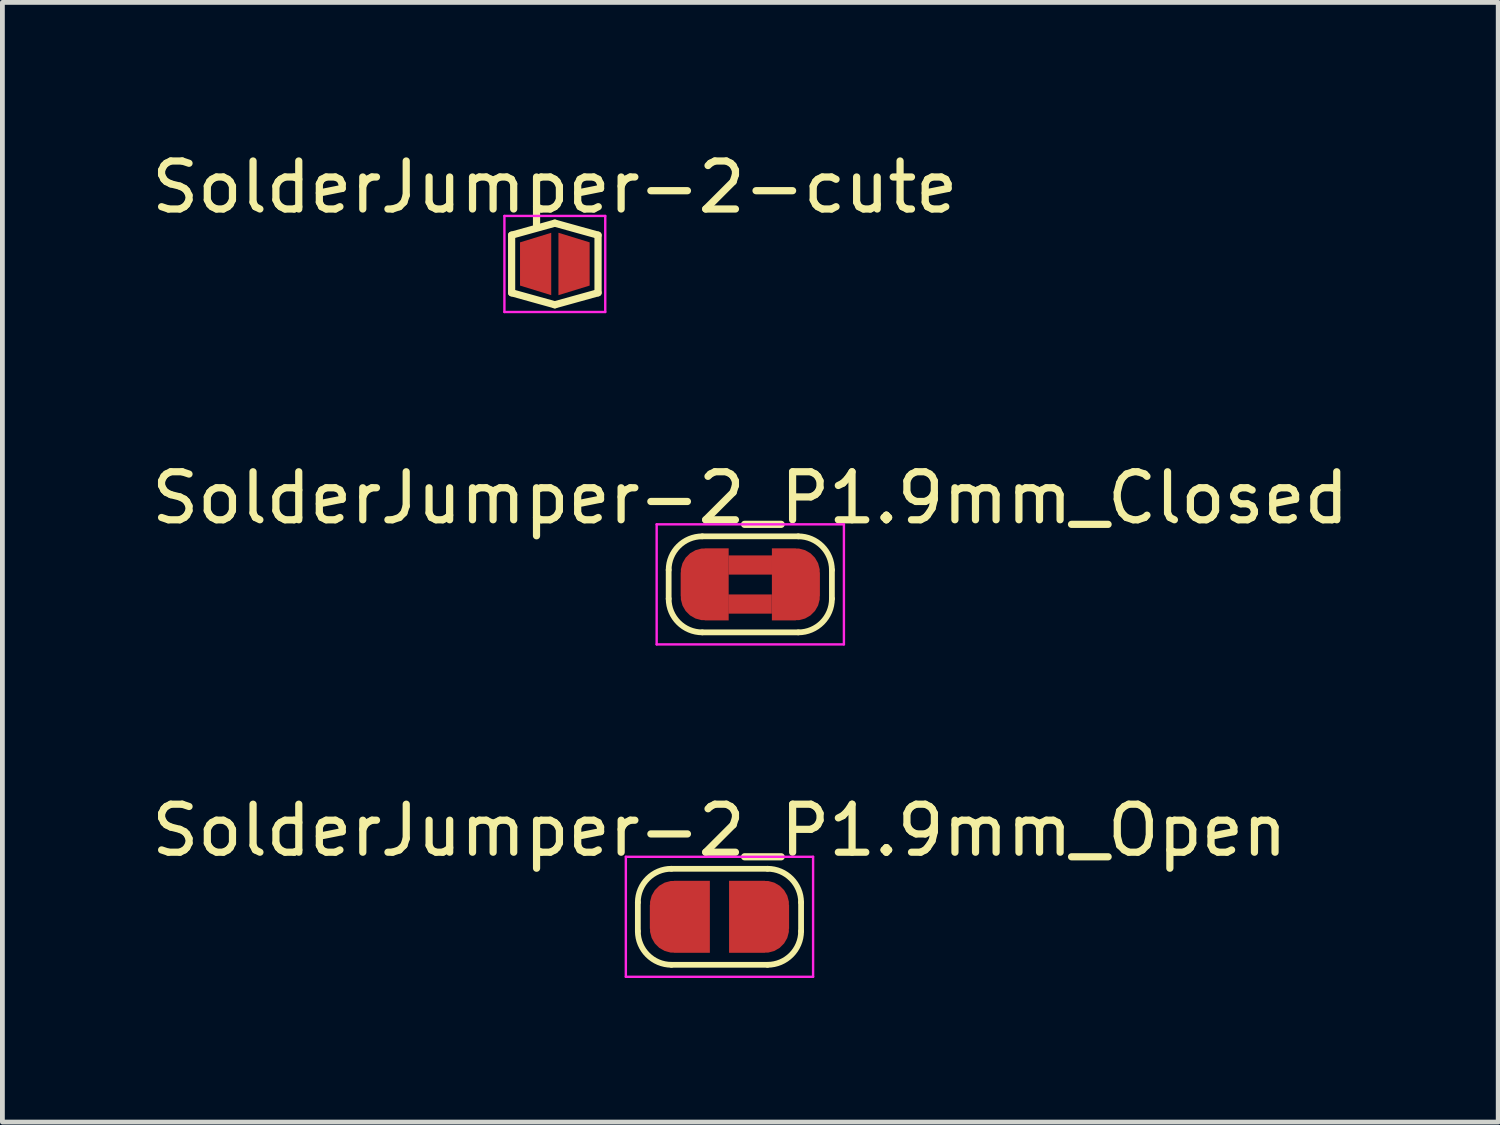
<source format=kicad_pcb>
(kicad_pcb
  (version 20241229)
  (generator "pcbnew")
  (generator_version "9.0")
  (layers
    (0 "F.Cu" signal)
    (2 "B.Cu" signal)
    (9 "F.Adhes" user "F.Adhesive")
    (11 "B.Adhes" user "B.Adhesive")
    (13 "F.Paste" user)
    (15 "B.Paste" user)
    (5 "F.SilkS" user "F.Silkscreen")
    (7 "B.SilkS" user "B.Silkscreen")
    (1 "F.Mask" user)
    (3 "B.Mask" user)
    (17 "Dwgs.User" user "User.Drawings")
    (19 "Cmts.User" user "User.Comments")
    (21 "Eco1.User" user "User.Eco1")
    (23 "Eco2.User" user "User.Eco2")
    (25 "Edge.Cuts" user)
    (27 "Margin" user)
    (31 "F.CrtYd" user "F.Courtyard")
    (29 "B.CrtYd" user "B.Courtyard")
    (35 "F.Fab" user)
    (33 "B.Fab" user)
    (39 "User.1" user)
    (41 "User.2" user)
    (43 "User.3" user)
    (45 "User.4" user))
  (footprint "SolderJumper-2_P1.9mm_Closed"
    (layer "F.Cu")
    (at 12.577 9.121)
    (property "Reference" "SolderJumper-2_P1.9mm_Closed" (at 0 -1.8 0) (layer "F.SilkS") (effects (font (size 1 1) (thickness 0.15))))
    (attr exclude_from_pos_files exclude_from_bom)
    (fp_poly (pts (xy -0.458 0.21) (xy 0.448 0.21) (xy 0.448 0.61) (xy -0.458 0.61)) (stroke (width 0) (type solid)) (fill yes) (layer "F.Cu"))
    (fp_poly (pts (xy -0.454 -0.603) (xy 0.452 -0.603) (xy 0.452 -0.203) (xy -0.454 -0.203)) (stroke (width 0) (type solid)) (fill yes) (layer "F.Cu"))
    (fp_line (start -1.7 0.3) (end -1.7 -0.3) (stroke (width 0.12) (type solid)) (layer "F.SilkS"))
    (fp_line (start -1 -1) (end 1 -1) (stroke (width 0.12) (type solid)) (layer "F.SilkS"))
    (fp_line (start 1 1) (end -1 1) (stroke (width 0.12) (type solid)) (layer "F.SilkS"))
    (fp_line (start 1.7 -0.3) (end 1.7 0.3) (stroke (width 0.12) (type solid)) (layer "F.SilkS"))
    (fp_arc (start -1.7 -0.3) (mid -1.494975 -0.794975) (end -1 -1) (stroke (width 0.12) (type solid)) (layer "F.SilkS"))
    (fp_arc (start -1 1) (mid -1.494975 0.794975) (end -1.7 0.3) (stroke (width 0.12) (type solid)) (layer "F.SilkS"))
    (fp_arc (start 1 -1) (mid 1.494975 -0.794975) (end 1.7 -0.3) (stroke (width 0.12) (type solid)) (layer "F.SilkS"))
    (fp_arc (start 1.7 0.3) (mid 1.494975 0.794975) (end 1 1) (stroke (width 0.12) (type solid)) (layer "F.SilkS"))
    (fp_line (start -1.95 -1.25) (end -1.95 1.25) (stroke (width 0.05) (type solid)) (layer "F.CrtYd"))
    (fp_line (start -1.95 -1.25) (end 1.95 -1.25) (stroke (width 0.05) (type solid)) (layer "F.CrtYd"))
    (fp_line (start 1.95 1.25) (end -1.95 1.25) (stroke (width 0.05) (type solid)) (layer "F.CrtYd"))
    (fp_line (start 1.95 1.25) (end 1.95 -1.25) (stroke (width 0.05) (type solid)) (layer "F.CrtYd"))
    (pad "1" smd custom (at -0.95 0) (size 1 0.5) (layers "F.Cu" "F.Mask") (options (anchor rect)) (primitives (gr_circle (center 0 0.25) (end 0.5 0.25) (width 0) (fill yes)) (gr_circle (center 0 -0.25) (end 0.5 -0.25) (width 0) (fill yes)) (gr_poly (pts (xy 0.5 0.75) (xy 0 0.75) (xy 0 -0.75) (xy 0.5 -0.75)) (width 0) (fill yes))))
    (pad "2" smd custom (at 0.95 0) (size 1 0.5) (layers "F.Cu" "F.Mask") (options (anchor rect)) (primitives (gr_circle (center 0 0.25) (end 0.5 0.25) (width 0) (fill yes)) (gr_circle (center 0 -0.25) (end 0.5 -0.25) (width 0) (fill yes)) (gr_poly (pts (xy 0 0.75) (xy -0.5 0.75) (xy -0.5 -0.75) (xy 0 -0.75)) (width 0) (fill yes)))))
  (footprint "SolderJumper-2-cute"
    (layer "F.Cu")
    (at 8.506 2.448)
    (property "Reference" "SolderJumper-2-cute" (at 0 -1.6 0) (layer "F.SilkS") (effects (font (size 1 1) (thickness 0.15))))
    (attr exclude_from_pos_files exclude_from_bom)
    (fp_line (start -0.9 -0.6) (end -0.9 0.6) (stroke (width 0.15) (type solid)) (layer "F.SilkS"))
    (fp_line (start -0.9 0.6) (end 0 0.85) (stroke (width 0.15) (type solid)) (layer "F.SilkS"))
    (fp_line (start 0 -0.85) (end -0.9 -0.6) (stroke (width 0.15) (type solid)) (layer "F.SilkS"))
    (fp_line (start 0 0.85) (end 0.9 0.6) (stroke (width 0.15) (type solid)) (layer "F.SilkS"))
    (fp_line (start 0.9 -0.6) (end 0 -0.85) (stroke (width 0.15) (type solid)) (layer "F.SilkS"))
    (fp_line (start 0.9 0.6) (end 0.9 -0.6) (stroke (width 0.15) (type solid)) (layer "F.SilkS"))
    (fp_line (start -1.05 -1) (end -1.05 1) (stroke (width 0.05) (type solid)) (layer "F.CrtYd"))
    (fp_line (start -1.05 -1) (end 1.05 -1) (stroke (width 0.05) (type solid)) (layer "F.CrtYd"))
    (fp_line (start 1.05 1) (end -1.05 1) (stroke (width 0.05) (type solid)) (layer "F.CrtYd"))
    (fp_line (start 1.05 1) (end 1.05 -1) (stroke (width 0.05) (type solid)) (layer "F.CrtYd"))
    (pad "1" smd trapezoid (at -0.4 0 90) (size 1.1 0.65) (rect_delta 0 0.2) (layers "F.Cu" "F.Mask"))
    (pad "2" smd trapezoid (at 0.4 0 270) (size 1.1 0.65) (rect_delta 0 0.2) (layers "F.Cu" "F.Mask")))
  (footprint "SolderJumper-2_P1.9mm_Open"
    (layer "F.Cu")
    (at 11.935 16.045)
    (property "Reference" "SolderJumper-2_P1.9mm_Open" (at 0 -1.8 0) (layer "F.SilkS") (effects (font (size 1 1) (thickness 0.15))))
    (attr exclude_from_pos_files exclude_from_bom)
    (fp_line (start -1.7 0.3) (end -1.7 -0.3) (stroke (width 0.12) (type solid)) (layer "F.SilkS"))
    (fp_line (start -1 -1) (end 1 -1) (stroke (width 0.12) (type solid)) (layer "F.SilkS"))
    (fp_line (start 1 1) (end -1 1) (stroke (width 0.12) (type solid)) (layer "F.SilkS"))
    (fp_line (start 1.7 -0.3) (end 1.7 0.3) (stroke (width 0.12) (type solid)) (layer "F.SilkS"))
    (fp_arc (start -1.7 -0.3) (mid -1.494975 -0.794975) (end -1 -1) (stroke (width 0.12) (type solid)) (layer "F.SilkS"))
    (fp_arc (start -1 1) (mid -1.494975 0.794975) (end -1.7 0.3) (stroke (width 0.12) (type solid)) (layer "F.SilkS"))
    (fp_arc (start 1 -1) (mid 1.494975 -0.794975) (end 1.7 -0.3) (stroke (width 0.12) (type solid)) (layer "F.SilkS"))
    (fp_arc (start 1.7 0.3) (mid 1.494975 0.794975) (end 1 1) (stroke (width 0.12) (type solid)) (layer "F.SilkS"))
    (fp_line (start -1.95 -1.25) (end -1.95 1.25) (stroke (width 0.05) (type solid)) (layer "F.CrtYd"))
    (fp_line (start -1.95 -1.25) (end 1.95 -1.25) (stroke (width 0.05) (type solid)) (layer "F.CrtYd"))
    (fp_line (start 1.95 1.25) (end -1.95 1.25) (stroke (width 0.05) (type solid)) (layer "F.CrtYd"))
    (fp_line (start 1.95 1.25) (end 1.95 -1.25) (stroke (width 0.05) (type solid)) (layer "F.CrtYd"))
    (pad "1" smd custom (at -0.95 0) (size 1 0.5) (layers "F.Cu" "F.Mask") (options (anchor rect)) (primitives (gr_circle (center 0 0.25) (end 0.5 0.25) (width 0) (fill yes)) (gr_circle (center 0 -0.25) (end 0.5 -0.25) (width 0) (fill yes)) (gr_poly (pts (xy 0.75 0.75) (xy 0 0.75) (xy 0 -0.75) (xy 0.75 -0.75)) (width 0) (fill yes))))
    (pad "2" smd custom (at 0.95 0) (size 1 0.5) (layers "F.Cu" "F.Mask") (options (anchor rect)) (primitives (gr_poly (pts (xy 0 0.75) (xy -0.75 0.75) (xy -0.75 -0.75) (xy 0 -0.75)) (width 0) (fill yes)) (gr_circle (center 0 -0.25) (end 0.5 -0.25) (width 0) (fill yes)) (gr_circle (center 0 0.25) (end 0.5 0.25) (width 0) (fill yes)))))
  (gr_rect
    (start -3 -3)
    (end 28.155 20.32)
    (stroke (width 0.1) (type default))
    (fill no)
    (layer "Edge.Cuts")))
</source>
